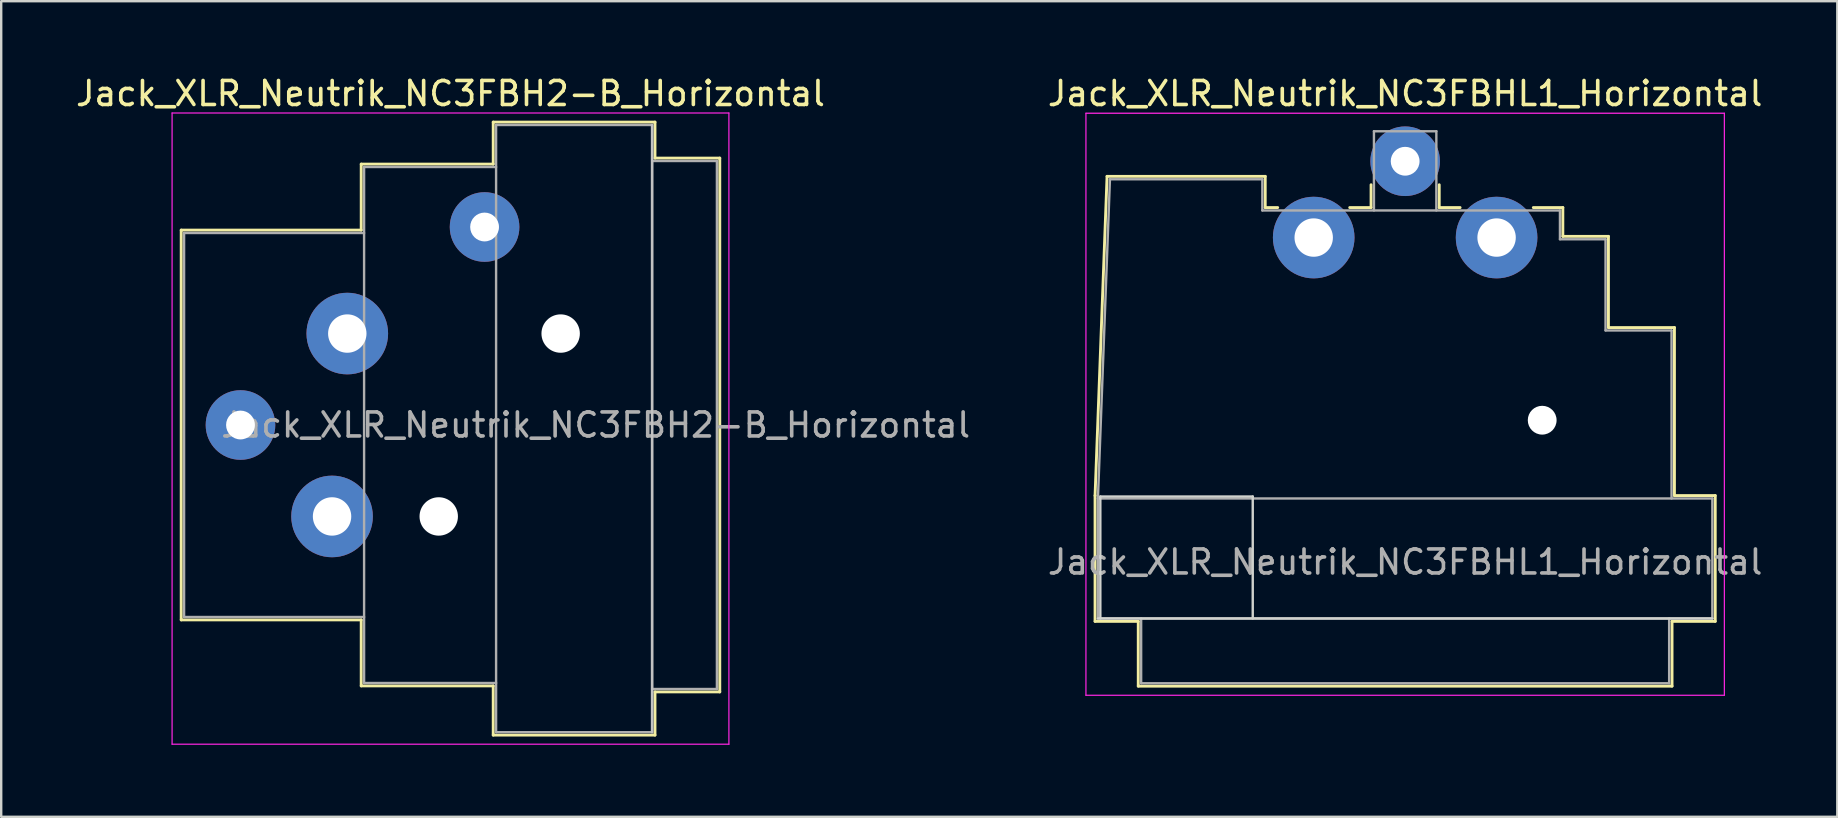
<source format=kicad_pcb>
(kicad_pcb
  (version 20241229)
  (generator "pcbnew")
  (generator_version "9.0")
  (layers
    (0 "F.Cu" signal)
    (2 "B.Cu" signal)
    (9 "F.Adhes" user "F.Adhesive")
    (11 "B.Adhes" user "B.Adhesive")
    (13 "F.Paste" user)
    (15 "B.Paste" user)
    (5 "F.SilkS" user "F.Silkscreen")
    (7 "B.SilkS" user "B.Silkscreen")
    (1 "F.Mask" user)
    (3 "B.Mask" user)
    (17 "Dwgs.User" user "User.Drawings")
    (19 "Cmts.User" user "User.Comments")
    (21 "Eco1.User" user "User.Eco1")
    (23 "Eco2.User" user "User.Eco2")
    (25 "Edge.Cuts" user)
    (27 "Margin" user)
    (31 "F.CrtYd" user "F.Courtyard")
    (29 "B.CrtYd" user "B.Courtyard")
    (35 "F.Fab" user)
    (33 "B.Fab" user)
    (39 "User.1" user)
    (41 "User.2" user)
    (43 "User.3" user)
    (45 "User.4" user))
  (footprint "Jack_XLR_Neutrik_NC3FBHL1_Horizontal"
    (layer "F.Cu")
    (at 51.686 6.848)
    (property "Reference" "Jack_XLR_Neutrik_NC3FBHL1_Horizontal" (at 3.81 -6 0) (layer "F.SilkS") (effects (font (size 1 1) (thickness 0.15))))
    (attr through_hole)
    (fp_line (start -9.11 10.75) (end -8.61 -2.55) (stroke (width 0.12) (type solid)) (layer "F.SilkS"))
    (fp_line (start -9.11 15.99) (end -9.11 10.75) (stroke (width 0.12) (type solid)) (layer "F.SilkS"))
    (fp_line (start -8.61 -2.55) (end -2.02 -2.55) (stroke (width 0.12) (type solid)) (layer "F.SilkS"))
    (fp_line (start -7.31 15.99) (end -9.11 15.99) (stroke (width 0.12) (type solid)) (layer "F.SilkS"))
    (fp_line (start -7.31 15.99) (end -7.31 18.69) (stroke (width 0.12) (type solid)) (layer "F.SilkS"))
    (fp_line (start -2.02 -2.55) (end -2.02 -1.25) (stroke (width 0.12) (type solid)) (layer "F.SilkS"))
    (fp_line (start -2.02 -1.25) (end -1.5 -1.25) (stroke (width 0.12) (type solid)) (layer "F.SilkS"))
    (fp_line (start 1.5 -1.25) (end 2.39 -1.25) (stroke (width 0.12) (type solid)) (layer "F.SilkS"))
    (fp_line (start 2.39 -1.25) (end 2.39 -2.2) (stroke (width 0.12) (type solid)) (layer "F.SilkS"))
    (fp_line (start 5.23 -1.25) (end 5.23 -2.2) (stroke (width 0.12) (type solid)) (layer "F.SilkS"))
    (fp_line (start 5.23 -1.25) (end 6.1 -1.25) (stroke (width 0.12) (type solid)) (layer "F.SilkS"))
    (fp_line (start 9.15 -1.25) (end 10.38 -1.25) (stroke (width 0.12) (type solid)) (layer "F.SilkS"))
    (fp_line (start 10.38 -0.05) (end 10.38 -1.25) (stroke (width 0.12) (type solid)) (layer "F.SilkS"))
    (fp_line (start 10.38 -0.05) (end 12.28 -0.05) (stroke (width 0.12) (type solid)) (layer "F.SilkS"))
    (fp_line (start 12.28 3.75) (end 12.28 -0.05) (stroke (width 0.12) (type solid)) (layer "F.SilkS"))
    (fp_line (start 12.28 3.75) (end 15.03 3.75) (stroke (width 0.12) (type solid)) (layer "F.SilkS"))
    (fp_line (start 14.93 15.99) (end 14.93 18.69) (stroke (width 0.12) (type solid)) (layer "F.SilkS"))
    (fp_line (start 14.93 18.69) (end -7.31 18.69) (stroke (width 0.12) (type solid)) (layer "F.SilkS"))
    (fp_line (start 15.03 10.75) (end 15.03 3.75) (stroke (width 0.12) (type solid)) (layer "F.SilkS"))
    (fp_line (start 15.03 10.75) (end 16.73 10.75) (stroke (width 0.12) (type solid)) (layer "F.SilkS"))
    (fp_line (start 16.73 15.99) (end 14.93 15.99) (stroke (width 0.12) (type solid)) (layer "F.SilkS"))
    (fp_line (start 16.73 15.99) (end 16.73 10.75) (stroke (width 0.12) (type solid)) (layer "F.SilkS"))
    (fp_line (start -8.89 10.79) (end -8.89 15.87) (stroke (width 0.1) (type solid)) (layer "Edge.Cuts"))
    (fp_line (start -2.54 10.79) (end -8.89 10.79) (stroke (width 0.1) (type solid)) (layer "Edge.Cuts"))
    (fp_line (start -2.54 15.87) (end -2.54 10.79) (stroke (width 0.1) (type solid)) (layer "Edge.Cuts"))
    (fp_line (start 16.61 15.87) (end -8.99 15.87) (stroke (width 0.1) (type solid)) (layer "Edge.Cuts"))
    (fp_line (start -9.49 19.07) (end -9.49 -5.18) (stroke (width 0.05) (type solid)) (layer "F.CrtYd"))
    (fp_line (start 17.11 -5.18) (end -9.49 -5.18) (stroke (width 0.05) (type solid)) (layer "F.CrtYd"))
    (fp_line (start 17.11 19.07) (end -9.49 19.07) (stroke (width 0.05) (type solid)) (layer "F.CrtYd"))
    (fp_line (start 17.11 19.07) (end 17.11 -5.18) (stroke (width 0.05) (type solid)) (layer "F.CrtYd"))
    (fp_line (start -8.99 10.87) (end 16.61 10.87) (stroke (width 0.1) (type solid)) (layer "F.Fab"))
    (fp_line (start -8.99 15.87) (end -8.99 10.87) (stroke (width 0.1) (type solid)) (layer "F.Fab"))
    (fp_line (start -8.49 -2.43) (end -8.99 10.87) (stroke (width 0.1) (type solid)) (layer "F.Fab"))
    (fp_line (start -8.49 -2.43) (end -2.14 -2.43) (stroke (width 0.1) (type solid)) (layer "F.Fab"))
    (fp_line (start -7.19 18.57) (end -7.19 15.87) (stroke (width 0.1) (type solid)) (layer "F.Fab"))
    (fp_line (start -2.14 -1.13) (end -2.14 -2.43) (stroke (width 0.1) (type solid)) (layer "F.Fab"))
    (fp_line (start -2.14 -1.13) (end 10.26 -1.13) (stroke (width 0.1) (type solid)) (layer "F.Fab"))
    (fp_line (start 2.51 -4.43) (end 2.51 -1.13) (stroke (width 0.1) (type solid)) (layer "F.Fab"))
    (fp_line (start 2.51 -4.43) (end 5.11 -4.43) (stroke (width 0.1) (type solid)) (layer "F.Fab"))
    (fp_line (start 5.11 -4.43) (end 5.11 -1.13) (stroke (width 0.1) (type solid)) (layer "F.Fab"))
    (fp_line (start 10.26 -1.13) (end 10.26 0.07) (stroke (width 0.1) (type solid)) (layer "F.Fab"))
    (fp_line (start 10.26 0.07) (end 12.16 0.07) (stroke (width 0.1) (type solid)) (layer "F.Fab"))
    (fp_line (start 12.16 0.07) (end 12.16 3.87) (stroke (width 0.1) (type solid)) (layer "F.Fab"))
    (fp_line (start 12.16 3.87) (end 14.91 3.87) (stroke (width 0.1) (type solid)) (layer "F.Fab"))
    (fp_line (start 14.81 15.87) (end 14.81 18.57) (stroke (width 0.1) (type solid)) (layer "F.Fab"))
    (fp_line (start 14.81 18.57) (end -7.19 18.57) (stroke (width 0.1) (type solid)) (layer "F.Fab"))
    (fp_line (start 14.91 3.87) (end 14.91 10.87) (stroke (width 0.1) (type solid)) (layer "F.Fab"))
    (fp_line (start 16.61 10.87) (end 16.61 15.87) (stroke (width 0.1) (type solid)) (layer "F.Fab"))
    (fp_line (start 16.61 15.87) (end -8.99 15.87) (stroke (width 0.1) (type solid)) (layer "F.Fab"))
    (fp_text user "${REFERENCE}" (at 3.81 13.52 0) (layer "F.Fab") (effects (font (size 1 1) (thickness 0.15))))
    (pad "" np_thru_hole circle (at 9.52 7.61) (size 1.2 1.2) (drill 1.2) (layers "*.Cu" "*.Mask"))
    (pad "1" thru_hole circle (at 0 0) (size 3.4 3.4) (drill 1.6) (layers "*.Cu" "*.Mask"))
    (pad "2" thru_hole circle (at 3.81 -3.18) (size 2.9 2.9) (drill 1.2) (layers "*.Cu" "*.Mask"))
    (pad "3" thru_hole circle (at 7.62 0) (size 3.4 3.4) (drill 1.6) (layers "*.Cu" "*.Mask")))
  (footprint "Jack_XLR_Neutrik_NC3FBH2-B_Horizontal"
    (layer "F.Cu")
    (at 11.42 10.848)
    (property "Reference" "Jack_XLR_Neutrik_NC3FBH2-B_Horizontal" (at 4.3 -10 0) (layer "F.SilkS") (effects (font (size 1 1) (thickness 0.15))))
    (attr through_hole)
    (fp_line (start -6.92 -4.31) (end -6.92 11.93) (stroke (width 0.12) (type solid)) (layer "F.SilkS"))
    (fp_line (start 0.58 -7.06) (end 0.58 -4.31) (stroke (width 0.12) (type solid)) (layer "F.SilkS"))
    (fp_line (start 0.58 -4.31) (end -6.92 -4.31) (stroke (width 0.12) (type solid)) (layer "F.SilkS"))
    (fp_line (start 0.58 11.93) (end -6.92 11.93) (stroke (width 0.12) (type solid)) (layer "F.SilkS"))
    (fp_line (start 0.58 11.93) (end 0.58 14.68) (stroke (width 0.12) (type solid)) (layer "F.SilkS"))
    (fp_line (start 6.08 -7.06) (end 0.58 -7.06) (stroke (width 0.12) (type solid)) (layer "F.SilkS"))
    (fp_line (start 6.08 -7.06) (end 6.08 -8.81) (stroke (width 0.12) (type solid)) (layer "F.SilkS"))
    (fp_line (start 6.08 14.68) (end 0.58 14.68) (stroke (width 0.12) (type solid)) (layer "F.SilkS"))
    (fp_line (start 6.08 16.73) (end 6.08 14.68) (stroke (width 0.12) (type solid)) (layer "F.SilkS"))
    (fp_line (start 12.82 -8.81) (end 6.08 -8.81) (stroke (width 0.12) (type solid)) (layer "F.SilkS"))
    (fp_line (start 12.82 -8.81) (end 12.82 -7.31) (stroke (width 0.12) (type solid)) (layer "F.SilkS"))
    (fp_line (start 12.82 -7.31) (end 15.52 -7.31) (stroke (width 0.12) (type solid)) (layer "F.SilkS"))
    (fp_line (start 12.82 14.93) (end 12.82 16.73) (stroke (width 0.12) (type solid)) (layer "F.SilkS"))
    (fp_line (start 12.82 14.93) (end 15.52 14.93) (stroke (width 0.12) (type solid)) (layer "F.SilkS"))
    (fp_line (start 12.82 16.73) (end 6.08 16.73) (stroke (width 0.12) (type solid)) (layer "F.SilkS"))
    (fp_line (start 15.52 -7.31) (end 15.52 14.93) (stroke (width 0.12) (type solid)) (layer "F.SilkS"))
    (fp_line (start 12.7 -8.69) (end 12.7 16.61) (stroke (width 0.1) (type solid)) (layer "Dwgs.User"))
    (fp_line (start -7.3 -9.19) (end -7.3 17.11) (stroke (width 0.05) (type solid)) (layer "F.CrtYd"))
    (fp_line (start 15.9 -9.19) (end -7.3 -9.19) (stroke (width 0.05) (type solid)) (layer "F.CrtYd"))
    (fp_line (start 15.9 -9.19) (end 15.9 17.11) (stroke (width 0.05) (type solid)) (layer "F.CrtYd"))
    (fp_line (start 15.9 17.11) (end -7.3 17.11) (stroke (width 0.05) (type solid)) (layer "F.CrtYd"))
    (fp_line (start -6.8 -4.19) (end -6.8 11.81) (stroke (width 0.1) (type solid)) (layer "F.Fab"))
    (fp_line (start -6.8 11.81) (end 0.7 11.81) (stroke (width 0.1) (type solid)) (layer "F.Fab"))
    (fp_line (start 0.7 -6.94) (end 0.7 14.56) (stroke (width 0.1) (type solid)) (layer "F.Fab"))
    (fp_line (start 0.7 -4.19) (end -6.8 -4.19) (stroke (width 0.1) (type solid)) (layer "F.Fab"))
    (fp_line (start 0.7 14.56) (end 6.2 14.56) (stroke (width 0.1) (type solid)) (layer "F.Fab"))
    (fp_line (start 6.2 -8.69) (end 12.7 -8.69) (stroke (width 0.1) (type solid)) (layer "F.Fab"))
    (fp_line (start 6.2 -6.94) (end 0.7 -6.94) (stroke (width 0.1) (type solid)) (layer "F.Fab"))
    (fp_line (start 6.2 16.61) (end 6.2 -8.69) (stroke (width 0.1) (type solid)) (layer "F.Fab"))
    (fp_line (start 12.7 -8.69) (end 12.7 16.61) (stroke (width 0.1) (type solid)) (layer "F.Fab"))
    (fp_line (start 12.7 -7.19) (end 15.4 -7.19) (stroke (width 0.1) (type solid)) (layer "F.Fab"))
    (fp_line (start 12.7 16.61) (end 6.2 16.61) (stroke (width 0.1) (type solid)) (layer "F.Fab"))
    (fp_line (start 15.4 -7.19) (end 15.4 14.81) (stroke (width 0.1) (type solid)) (layer "F.Fab"))
    (fp_line (start 15.4 14.81) (end 12.7 14.81) (stroke (width 0.1) (type solid)) (layer "F.Fab"))
    (fp_text user "${REFERENCE}" (at 10.35 3.81 0) (layer "F.Fab") (effects (font (size 1 1) (thickness 0.15))))
    (pad "" np_thru_hole circle (at 3.81 7.62) (size 1.6 1.6) (drill 1.6) (layers "*.Cu" "*.Mask"))
    (pad "" np_thru_hole circle (at 8.89 0) (size 1.6 1.6) (drill 1.6) (layers "*.Cu" "*.Mask"))
    (pad "1" thru_hole circle (at 0 0) (size 3.4 3.4) (drill 1.6) (layers "*.Cu" "*.Mask"))
    (pad "2" thru_hole circle (at -0.635 7.62) (size 3.4 3.4) (drill 1.6) (layers "*.Cu" "*.Mask"))
    (pad "3" thru_hole circle (at -4.45 3.81) (size 2.9 2.9) (drill 1.2) (layers "*.Cu" "*.Mask"))
    (pad "G" thru_hole circle (at 5.72 -4.44) (size 2.9 2.9) (drill 1.2) (layers "*.Cu" "*.Mask")))
  (gr_rect
    (start -3 -3)
    (end 73.502 30.983)
    (stroke (width 0.1) (type default))
    (fill no)
    (layer "Edge.Cuts")))
</source>
